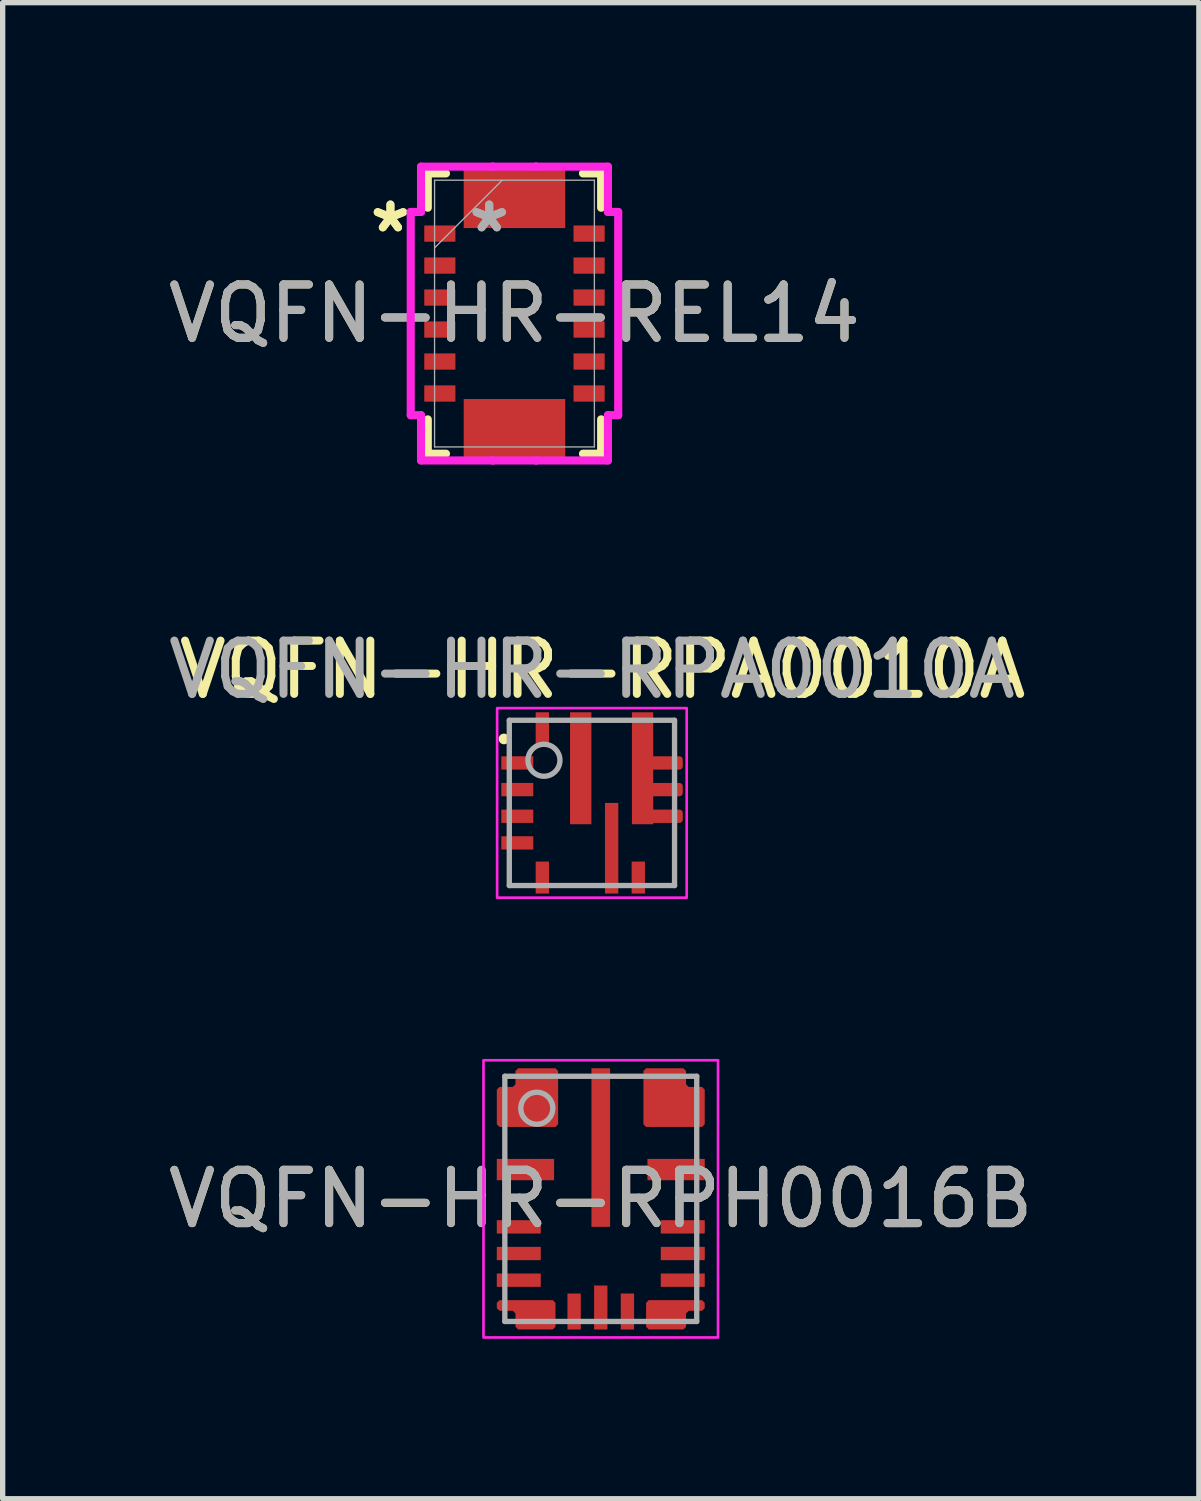
<source format=kicad_pcb>
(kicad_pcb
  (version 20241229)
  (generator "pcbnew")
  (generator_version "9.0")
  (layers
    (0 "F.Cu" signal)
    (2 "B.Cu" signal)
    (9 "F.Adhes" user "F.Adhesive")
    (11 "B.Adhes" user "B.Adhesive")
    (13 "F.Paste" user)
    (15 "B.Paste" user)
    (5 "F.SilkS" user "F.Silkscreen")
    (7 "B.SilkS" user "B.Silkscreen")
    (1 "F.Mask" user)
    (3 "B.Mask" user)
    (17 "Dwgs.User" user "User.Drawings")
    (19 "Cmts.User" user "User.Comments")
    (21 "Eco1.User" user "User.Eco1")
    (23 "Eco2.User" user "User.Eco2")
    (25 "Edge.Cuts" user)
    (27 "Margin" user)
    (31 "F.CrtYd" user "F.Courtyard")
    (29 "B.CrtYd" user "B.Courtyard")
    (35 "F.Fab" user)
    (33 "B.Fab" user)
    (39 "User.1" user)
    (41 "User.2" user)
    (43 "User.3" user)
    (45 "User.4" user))
  (footprint "VQFN-HR-REL14"
    (layer "F.Cu")
    (at 6.601 2.832)
    (property "Reference" "VQFN-HR-REL14" (at 0 0 0) (unlocked yes) (layer "F.SilkS") (effects (font (size 1 1) (thickness 0.15))))
    (attr smd)
    (fp_line (start -1.626 -2.629) (end -1.626 -1.985) (stroke (width 0.152) (type solid)) (layer "F.SilkS"))
    (fp_line (start -1.626 1.985) (end -1.626 2.629) (stroke (width 0.152) (type solid)) (layer "F.SilkS"))
    (fp_line (start -1.626 2.629) (end -1.285 2.629) (stroke (width 0.152) (type solid)) (layer "F.SilkS"))
    (fp_line (start -1.285 -2.629) (end -1.626 -2.629) (stroke (width 0.152) (type solid)) (layer "F.SilkS"))
    (fp_line (start 1.285 2.629) (end 1.626 2.629) (stroke (width 0.152) (type solid)) (layer "F.SilkS"))
    (fp_line (start 1.626 -2.629) (end 1.285 -2.629) (stroke (width 0.152) (type solid)) (layer "F.SilkS"))
    (fp_line (start 1.626 -1.985) (end 1.626 -2.629) (stroke (width 0.152) (type solid)) (layer "F.SilkS"))
    (fp_line (start 1.626 2.629) (end 1.626 1.985) (stroke (width 0.152) (type solid)) (layer "F.SilkS"))
    (fp_line (start -1.946 -1.906) (end -1.753 -1.906) (stroke (width 0.152) (type solid)) (layer "F.CrtYd"))
    (fp_line (start -1.946 1.906) (end -1.946 -1.906) (stroke (width 0.152) (type solid)) (layer "F.CrtYd"))
    (fp_line (start -1.753 -2.756) (end -0.406 -2.756) (stroke (width 0.152) (type solid)) (layer "F.CrtYd"))
    (fp_line (start -1.753 -1.906) (end -1.753 -2.756) (stroke (width 0.152) (type solid)) (layer "F.CrtYd"))
    (fp_line (start -1.753 1.906) (end -1.946 1.906) (stroke (width 0.152) (type solid)) (layer "F.CrtYd"))
    (fp_line (start -1.753 2.756) (end -1.753 1.906) (stroke (width 0.152) (type solid)) (layer "F.CrtYd"))
    (fp_line (start -0.406 -2.756) (end -0.406 -2.756) (stroke (width 0.152) (type solid)) (layer "F.CrtYd"))
    (fp_line (start -0.406 -2.756) (end 0.406 -2.756) (stroke (width 0.152) (type solid)) (layer "F.CrtYd"))
    (fp_line (start -0.406 2.756) (end -1.753 2.756) (stroke (width 0.152) (type solid)) (layer "F.CrtYd"))
    (fp_line (start -0.406 2.756) (end -0.406 2.756) (stroke (width 0.152) (type solid)) (layer "F.CrtYd"))
    (fp_line (start 0.406 -2.756) (end 0.406 -2.756) (stroke (width 0.152) (type solid)) (layer "F.CrtYd"))
    (fp_line (start 0.406 -2.756) (end 1.753 -2.756) (stroke (width 0.152) (type solid)) (layer "F.CrtYd"))
    (fp_line (start 0.406 2.756) (end -0.406 2.756) (stroke (width 0.152) (type solid)) (layer "F.CrtYd"))
    (fp_line (start 0.406 2.756) (end 0.406 2.756) (stroke (width 0.152) (type solid)) (layer "F.CrtYd"))
    (fp_line (start 1.753 -2.756) (end 1.753 -1.906) (stroke (width 0.152) (type solid)) (layer "F.CrtYd"))
    (fp_line (start 1.753 -1.906) (end 1.946 -1.906) (stroke (width 0.152) (type solid)) (layer "F.CrtYd"))
    (fp_line (start 1.753 1.906) (end 1.753 2.756) (stroke (width 0.152) (type solid)) (layer "F.CrtYd"))
    (fp_line (start 1.753 2.756) (end 0.406 2.756) (stroke (width 0.152) (type solid)) (layer "F.CrtYd"))
    (fp_line (start 1.946 -1.906) (end 1.946 1.906) (stroke (width 0.152) (type solid)) (layer "F.CrtYd"))
    (fp_line (start 1.946 1.906) (end 1.753 1.906) (stroke (width 0.152) (type solid)) (layer "F.CrtYd"))
    (fp_line (start -1.499 -2.502) (end -1.499 2.502) (stroke (width 0.025) (type solid)) (layer "F.Fab"))
    (fp_line (start -1.499 -1.232) (end -0.229 -2.502) (stroke (width 0.025) (type solid)) (layer "F.Fab"))
    (fp_line (start -1.499 2.502) (end 1.499 2.502) (stroke (width 0.025) (type solid)) (layer "F.Fab"))
    (fp_line (start 1.499 -2.502) (end -1.499 -2.502) (stroke (width 0.025) (type solid)) (layer "F.Fab"))
    (fp_line (start 1.499 2.502) (end 1.499 -2.502) (stroke (width 0.025) (type solid)) (layer "F.Fab"))
    (fp_text user "*" (at -2.327 -1.5 0) (layer "F.SilkS") (effects (font (size 1 1) (thickness 0.15))))
    (fp_text user "*" (at -2.327 -1.5 0) (unlocked yes) (layer "F.SilkS") (effects (font (size 1 1) (thickness 0.15))))
    (fp_text user "*" (at -0.473 -1.5 0) (layer "F.Fab") (effects (font (size 1 1) (thickness 0.15))))
    (fp_text user "${REFERENCE}" (at 0 0 0) (unlocked yes) (layer "F.Fab") (effects (font (size 1 1) (thickness 0.15))))
    (fp_text user "*" (at -0.473 -1.5 0) (unlocked yes) (layer "F.Fab") (effects (font (size 1 1) (thickness 0.15))))
    (pad "1" smd rect (at -1.4 -1.5) (size 0.584 0.305) (layers "F.Cu" "F.Mask" "F.Paste"))
    (pad "2" smd rect (at -1.4 -0.9) (size 0.584 0.305) (layers "F.Cu" "F.Mask" "F.Paste"))
    (pad "3" smd rect (at -1.4 -0.3) (size 0.584 0.305) (layers "F.Cu" "F.Mask" "F.Paste"))
    (pad "4" smd rect (at -1.4 0.3) (size 0.584 0.305) (layers "F.Cu" "F.Mask" "F.Paste"))
    (pad "5" smd rect (at -1.4 0.9) (size 0.584 0.305) (layers "F.Cu" "F.Mask" "F.Paste"))
    (pad "6" smd rect (at -1.4 1.5) (size 0.584 0.305) (layers "F.Cu" "F.Mask" "F.Paste"))
    (pad "7" smd rect (at 0 2.2 90) (size 1.194 1.905) (layers "F.Cu" "F.Mask" "F.Paste"))
    (pad "8" smd rect (at 1.4 1.5) (size 0.584 0.305) (layers "F.Cu" "F.Mask" "F.Paste"))
    (pad "9" smd rect (at 1.4 0.9) (size 0.584 0.305) (layers "F.Cu" "F.Mask" "F.Paste"))
    (pad "10" smd rect (at 1.4 0.3) (size 0.584 0.305) (layers "F.Cu" "F.Mask" "F.Paste"))
    (pad "11" smd rect (at 1.4 -0.3) (size 0.584 0.305) (layers "F.Cu" "F.Mask" "F.Paste"))
    (pad "12" smd rect (at 1.4 -0.9) (size 0.584 0.305) (layers "F.Cu" "F.Mask" "F.Paste"))
    (pad "13" smd rect (at 1.4 -1.5) (size 0.584 0.305) (layers "F.Cu" "F.Mask" "F.Paste"))
    (pad "14" smd rect (at 0 -2.2 90) (size 1.194 1.905) (layers "F.Cu" "F.Mask" "F.Paste")))
  (footprint "VQFN-HR-RPA0010A"
    (layer "F.Cu")
    (at 8.054 12.012)
    (property "Reference" "VQFN-HR-RPA0010A" (at 0.2 -2.5 0) (unlocked yes) (layer "F.SilkS") (effects (font (size 1 1) (thickness 0.15))))
    (attr smd)
    (fp_circle (center -1.65 -1.2) (end -1.6 -1.2) (stroke (width 0.1) (type solid)) (fill yes) (layer "F.SilkS"))
    (fp_poly (pts (xy -0.41 -0.8) (xy -0.41 -1.65) (xy -0.409 -1.66) (xy -0.406 -1.669) (xy -0.402 -1.678) (xy -0.395 -1.685) (xy -0.388 -1.692) (xy -0.379 -1.696) (xy -0.37 -1.699) (xy -0.36 -1.7) (xy -0.06 -1.7) (xy -0.05 -1.699) (xy -0.041 -1.696) (xy -0.032 -1.692) (xy -0.025 -1.685) (xy -0.018 -1.678) (xy -0.014 -1.669) (xy -0.011 -1.66) (xy -0.01 -1.65) (xy -0.01 -0.8) (xy -0.011 -0.79) (xy -0.014 -0.781) (xy -0.018 -0.772) (xy -0.025 -0.765) (xy -0.032 -0.758) (xy -0.041 -0.754) (xy -0.05 -0.751) (xy -0.06 -0.75) (xy -0.36 -0.75) (xy -0.37 -0.751) (xy -0.379 -0.754) (xy -0.388 -0.758) (xy -0.395 -0.765) (xy -0.402 -0.772) (xy -0.406 -0.781) (xy -0.409 -0.79)) (stroke (width 0) (type solid)) (fill yes) (layer "F.Paste"))
    (fp_poly (pts (xy -0.41 0.35) (xy -0.41 -0.5) (xy -0.409 -0.51) (xy -0.406 -0.519) (xy -0.402 -0.528) (xy -0.395 -0.535) (xy -0.388 -0.542) (xy -0.379 -0.546) (xy -0.37 -0.549) (xy -0.36 -0.55) (xy -0.06 -0.55) (xy -0.05 -0.549) (xy -0.041 -0.546) (xy -0.032 -0.542) (xy -0.025 -0.535) (xy -0.018 -0.528) (xy -0.014 -0.519) (xy -0.011 -0.51) (xy -0.01 -0.5) (xy -0.01 0.35) (xy -0.011 0.36) (xy -0.014 0.369) (xy -0.018 0.378) (xy -0.025 0.385) (xy -0.032 0.392) (xy -0.041 0.396) (xy -0.05 0.399) (xy -0.06 0.4) (xy -0.36 0.4) (xy -0.37 0.399) (xy -0.379 0.396) (xy -0.388 0.392) (xy -0.395 0.385) (xy -0.402 0.378) (xy -0.406 0.369) (xy -0.409 0.36)) (stroke (width 0) (type solid)) (fill yes) (layer "F.Paste"))
    (fp_poly (pts (xy 0.245 0.7) (xy 0.245 0.05) (xy 0.246 0.04) (xy 0.249 0.031) (xy 0.253 0.022) (xy 0.26 0.015) (xy 0.267 0.008) (xy 0.276 0.004) (xy 0.285 0.001) (xy 0.295 0) (xy 0.445 0) (xy 0.455 0.001) (xy 0.464 0.004) (xy 0.473 0.008) (xy 0.48 0.015) (xy 0.487 0.022) (xy 0.491 0.031) (xy 0.494 0.04) (xy 0.495 0.05) (xy 0.495 0.7) (xy 0.494 0.71) (xy 0.491 0.719) (xy 0.487 0.728) (xy 0.48 0.735) (xy 0.473 0.742) (xy 0.464 0.746) (xy 0.455 0.749) (xy 0.445 0.75) (xy 0.295 0.75) (xy 0.285 0.749) (xy 0.276 0.746) (xy 0.267 0.742) (xy 0.26 0.735) (xy 0.253 0.728) (xy 0.249 0.719) (xy 0.246 0.71)) (stroke (width 0) (type solid)) (fill yes) (layer "F.Paste"))
    (fp_poly (pts (xy 0.245 1.65) (xy 0.245 1) (xy 0.246 0.99) (xy 0.249 0.981) (xy 0.253 0.972) (xy 0.26 0.965) (xy 0.267 0.958) (xy 0.276 0.954) (xy 0.285 0.951) (xy 0.295 0.95) (xy 0.445 0.95) (xy 0.455 0.951) (xy 0.464 0.954) (xy 0.473 0.958) (xy 0.48 0.965) (xy 0.487 0.972) (xy 0.491 0.981) (xy 0.494 0.99) (xy 0.495 1) (xy 0.495 1.65) (xy 0.494 1.66) (xy 0.491 1.669) (xy 0.487 1.678) (xy 0.48 1.685) (xy 0.473 1.692) (xy 0.464 1.696) (xy 0.455 1.699) (xy 0.445 1.7) (xy 0.295 1.7) (xy 0.285 1.699) (xy 0.276 1.696) (xy 0.267 1.692) (xy 0.26 1.685) (xy 0.253 1.678) (xy 0.249 1.669) (xy 0.246 1.66)) (stroke (width 0) (type solid)) (fill yes) (layer "F.Paste"))
    (fp_rect (start -1.778 -1.778) (end 1.778 1.778) (stroke (width 0.05) (type default)) (fill no) (layer "F.CrtYd"))
    (fp_line (start -1.55 -1.55) (end 1.55 -1.55) (stroke (width 0.1) (type solid)) (layer "F.Fab"))
    (fp_line (start -1.55 1.55) (end -1.55 -1.55) (stroke (width 0.1) (type solid)) (layer "F.Fab"))
    (fp_line (start -1.55 1.55) (end 1.55 1.55) (stroke (width 0.1) (type solid)) (layer "F.Fab"))
    (fp_line (start 1.55 1.55) (end 1.55 -1.55) (stroke (width 0.1) (type solid)) (layer "F.Fab"))
    (fp_circle (center -0.9 -0.8) (end -0.6 -0.8) (stroke (width 0.1) (type solid)) (fill no) (layer "F.Fab"))
    (fp_text user "${REFERENCE}" (at 0 -2.5 0) (unlocked yes) (layer "F.Fab") (effects (font (size 1 1) (thickness 0.15))))
    (pad "1" smd rect (at -1.4 -0.75) (size 0.6 0.25) (layers "F.Cu" "F.Mask" "F.Paste"))
    (pad "2" smd rect (at -1.4 -0.25) (size 0.6 0.25) (layers "F.Cu" "F.Mask" "F.Paste"))
    (pad "3" smd rect (at -1.4 0.25) (size 0.6 0.25) (layers "F.Cu" "F.Mask" "F.Paste"))
    (pad "4" smd rect (at -1.4 0.75) (size 0.6 0.25) (layers "F.Cu" "F.Mask" "F.Paste"))
    (pad "5" smd rect (at -0.93 1.4 90) (size 0.6 0.25) (layers "F.Cu" "F.Mask" "F.Paste"))
    (pad "6" smd rect (at 0.37 0.85 90) (size 1.7 0.25) (layers "F.Cu" "F.Mask"))
    (pad "7" smd rect (at 0.87 1.4 90) (size 0.6 0.25) (layers "F.Cu" "F.Mask" "F.Paste"))
    (pad "8" smd rect (at 0.95 -0.65 90) (size 2.1 0.4) (layers "F.Cu" "F.Mask" "F.Paste"))
    (pad "8" smd roundrect (at 1.26 -0.75) (size 0.888 0.25) (layers "F.Cu" "F.Mask" "F.Paste") (roundrect_rratio 0.25))
    (pad "8" smd roundrect (at 1.26 -0.25) (size 0.888 0.25) (layers "F.Cu" "F.Mask" "F.Paste") (roundrect_rratio 0.25))
    (pad "8" smd roundrect (at 1.26 0.25) (size 0.888 0.25) (layers "F.Cu" "F.Mask" "F.Paste") (roundrect_rratio 0.25))
    (pad "9" smd rect (at -0.21 -0.65 90) (size 2.1 0.4) (layers "F.Cu" "F.Mask"))
    (pad "10" smd rect (at -0.93 -1.4 90) (size 0.6 0.25) (layers "F.Cu" "F.Mask" "F.Paste")))
  (footprint "VQFN-HR-RPH0016B"
    (layer "F.Cu")
    (at 8.22 19.44)
    (property "Reference" "VQFN-HR-RPH0016B" (at 0 0 0) (unlocked yes) (layer "F.SilkS") (effects (font (size 1 1) (thickness 0.15))))
    (attr smd)
    (fp_poly (pts (xy -2.001 2.05) (xy -2.001 1.95) (xy -2 1.94) (xy -1.997 1.931) (xy -1.992 1.922) (xy -1.986 1.914) (xy -1.936 1.864) (xy -1.928 1.858) (xy -1.919 1.853) (xy -1.91 1.85) (xy -1.9 1.849) (xy -0.9 1.849) (xy -0.89 1.85) (xy -0.881 1.853) (xy -0.872 1.858) (xy -0.864 1.864) (xy -0.814 1.914) (xy -0.808 1.922) (xy -0.803 1.931) (xy -0.8 1.94) (xy -0.799 1.95) (xy -0.799 2.4) (xy -0.8 2.41) (xy -0.803 2.419) (xy -0.808 2.428) (xy -0.814 2.436) (xy -0.864 2.486) (xy -0.872 2.492) (xy -0.881 2.497) (xy -0.89 2.5) (xy -0.9 2.501) (xy -1.55 2.501) (xy -1.56 2.5) (xy -1.569 2.497) (xy -1.578 2.492) (xy -1.586 2.486) (xy -1.636 2.436) (xy -1.642 2.428) (xy -1.647 2.419) (xy -1.65 2.41) (xy -1.651 2.4) (xy -1.651 2.171) (xy -1.671 2.151) (xy -1.9 2.151) (xy -1.91 2.15) (xy -1.919 2.147) (xy -1.928 2.142) (xy -1.936 2.136) (xy -1.986 2.086) (xy -1.992 2.078) (xy -1.997 2.069) (xy -2 2.06)) (stroke (width 0) (type solid)) (fill yes) (layer "F.Mask"))
    (fp_poly (pts (xy -1.986 -1.364) (xy -1.992 -1.372) (xy -1.997 -1.381) (xy -2 -1.39) (xy -2.001 -1.4) (xy -2.001 -2.05) (xy -2 -2.06) (xy -1.997 -2.069) (xy -1.992 -2.078) (xy -1.986 -2.086) (xy -1.936 -2.136) (xy -1.928 -2.142) (xy -1.919 -2.147) (xy -1.91 -2.15) (xy -1.9 -2.151) (xy -1.671 -2.151) (xy -1.651 -2.171) (xy -1.651 -2.4) (xy -1.65 -2.41) (xy -1.647 -2.419) (xy -1.642 -2.428) (xy -1.636 -2.436) (xy -1.586 -2.486) (xy -1.578 -2.492) (xy -1.569 -2.497) (xy -1.56 -2.5) (xy -1.55 -2.501) (xy -0.85 -2.501) (xy -0.84 -2.5) (xy -0.831 -2.497) (xy -0.822 -2.492) (xy -0.814 -2.486) (xy -0.764 -2.436) (xy -0.758 -2.428) (xy -0.753 -2.419) (xy -0.75 -2.41) (xy -0.749 -2.4) (xy -0.749 -1.4) (xy -0.75 -1.39) (xy -0.753 -1.381) (xy -0.758 -1.372) (xy -0.764 -1.364) (xy -0.814 -1.314) (xy -0.822 -1.308) (xy -0.831 -1.303) (xy -0.84 -1.3) (xy -0.85 -1.299) (xy -1.9 -1.299) (xy -1.91 -1.3) (xy -1.919 -1.303) (xy -1.928 -1.308) (xy -1.936 -1.314)) (stroke (width 0) (type solid)) (fill yes) (layer "F.Mask"))
    (fp_poly (pts (xy 1.986 -1.364) (xy 1.936 -1.314) (xy 1.928 -1.308) (xy 1.919 -1.303) (xy 1.91 -1.3) (xy 1.9 -1.299) (xy 0.85 -1.299) (xy 0.84 -1.3) (xy 0.831 -1.303) (xy 0.822 -1.308) (xy 0.814 -1.314) (xy 0.764 -1.364) (xy 0.758 -1.372) (xy 0.753 -1.381) (xy 0.75 -1.39) (xy 0.749 -1.4) (xy 0.749 -2.4) (xy 0.75 -2.41) (xy 0.753 -2.419) (xy 0.758 -2.428) (xy 0.764 -2.436) (xy 0.814 -2.486) (xy 0.822 -2.492) (xy 0.831 -2.497) (xy 0.84 -2.5) (xy 0.85 -2.501) (xy 1.55 -2.501) (xy 1.56 -2.5) (xy 1.569 -2.497) (xy 1.578 -2.492) (xy 1.586 -2.486) (xy 1.636 -2.436) (xy 1.642 -2.428) (xy 1.647 -2.419) (xy 1.65 -2.41) (xy 1.651 -2.4) (xy 1.651 -2.171) (xy 1.671 -2.151) (xy 1.9 -2.151) (xy 1.91 -2.15) (xy 1.919 -2.147) (xy 1.928 -2.142) (xy 1.936 -2.136) (xy 1.986 -2.086) (xy 1.992 -2.078) (xy 1.997 -2.069) (xy 2 -2.06) (xy 2.001 -2.05) (xy 2.001 -1.4) (xy 2 -1.39) (xy 1.997 -1.381) (xy 1.992 -1.372)) (stroke (width 0) (type solid)) (fill yes) (layer "F.Mask"))
    (fp_poly (pts (xy 2.001 2.05) (xy 2 2.06) (xy 1.997 2.069) (xy 1.992 2.078) (xy 1.986 2.086) (xy 1.936 2.136) (xy 1.928 2.142) (xy 1.919 2.147) (xy 1.91 2.15) (xy 1.9 2.151) (xy 1.671 2.151) (xy 1.651 2.171) (xy 1.651 2.4) (xy 1.65 2.41) (xy 1.647 2.419) (xy 1.642 2.428) (xy 1.636 2.436) (xy 1.586 2.486) (xy 1.578 2.492) (xy 1.569 2.497) (xy 1.56 2.5) (xy 1.55 2.501) (xy 0.9 2.501) (xy 0.89 2.5) (xy 0.881 2.497) (xy 0.872 2.492) (xy 0.864 2.486) (xy 0.814 2.436) (xy 0.808 2.428) (xy 0.803 2.419) (xy 0.8 2.41) (xy 0.799 2.4) (xy 0.799 1.95) (xy 0.8 1.94) (xy 0.803 1.931) (xy 0.808 1.922) (xy 0.814 1.914) (xy 0.864 1.864) (xy 0.872 1.858) (xy 0.881 1.853) (xy 0.89 1.85) (xy 0.9 1.849) (xy 1.9 1.849) (xy 1.91 1.85) (xy 1.919 1.853) (xy 1.928 1.858) (xy 1.936 1.864) (xy 1.986 1.914) (xy 1.992 1.922) (xy 1.997 1.931) (xy 2 1.94) (xy 2.001 1.95)) (stroke (width 0) (type solid)) (fill yes) (layer "F.Mask"))
    (fp_poly (pts (xy -0.85 2.35) (xy -0.9 2.4) (xy -1.52 2.4) (xy -1.57 2.35) (xy -1.57 2.15) (xy -1.62 2.1) (xy -1.9 2.1) (xy -1.95 2.05) (xy -1.95 1.95) (xy -1.9 1.9) (xy -0.9 1.9) (xy -0.85 1.95)) (stroke (width 0) (type solid)) (fill yes) (layer "F.Paste"))
    (fp_poly (pts (xy -0.8 -1.4) (xy -0.8 -2.34) (xy -0.85 -2.39) (xy -1.49 -2.39) (xy -1.54 -2.34) (xy -1.54 -2.09) (xy -1.59 -2.04) (xy -1.79 -2.04) (xy -1.84 -1.99) (xy -1.84 -1.4) (xy -1.79 -1.35) (xy -0.85 -1.35)) (stroke (width 0) (type solid)) (fill yes) (layer "F.Paste"))
    (fp_poly (pts (xy 0.8 -1.4) (xy 0.8 -2.34) (xy 0.85 -2.39) (xy 1.49 -2.39) (xy 1.54 -2.34) (xy 1.54 -2.09) (xy 1.59 -2.04) (xy 1.79 -2.04) (xy 1.84 -1.99) (xy 1.84 -1.4) (xy 1.79 -1.35) (xy 0.85 -1.35)) (stroke (width 0) (type solid)) (fill yes) (layer "F.Paste"))
    (fp_poly (pts (xy 0.85 2.35) (xy 0.9 2.4) (xy 1.52 2.4) (xy 1.57 2.35) (xy 1.57 2.15) (xy 1.62 2.1) (xy 1.9 2.1) (xy 1.95 2.05) (xy 1.95 1.95) (xy 1.9 1.9) (xy 0.9 1.9) (xy 0.85 1.95)) (stroke (width 0) (type solid)) (fill yes) (layer "F.Paste"))
    (fp_rect (start -2.2 -2.6) (end 2.2 2.6) (stroke (width 0.05) (type default)) (fill no) (layer "F.CrtYd"))
    (fp_line (start -1.8 -2.3) (end 1.8 -2.3) (stroke (width 0.1) (type solid)) (layer "F.Fab"))
    (fp_line (start -1.8 2.3) (end -1.8 -2.3) (stroke (width 0.1) (type solid)) (layer "F.Fab"))
    (fp_line (start -1.8 2.3) (end 1.8 2.3) (stroke (width 0.1) (type solid)) (layer "F.Fab"))
    (fp_line (start 1.8 2.3) (end 1.8 -2.3) (stroke (width 0.1) (type solid)) (layer "F.Fab"))
    (fp_circle (center -1.2 -1.7) (end -0.9 -1.7) (stroke (width 0.1) (type solid)) (fill no) (layer "F.Fab"))
    (fp_text user "${REFERENCE}" (at 0 0 0) (unlocked yes) (layer "F.Fab") (effects (font (size 1 1) (thickness 0.15))))
    (pad "1" smd custom (at -1.375 -1.9) (size 0.25 0.25) (layers "F.Cu" "F.Mask") (options (anchor rect)) (primitives (gr_poly (pts (xy -0.575 0.5) (xy -0.575 -0.15) (xy -0.525 -0.2) (xy -0.275 -0.2) (xy -0.225 -0.25) (xy -0.225 -0.5) (xy -0.175 -0.55) (xy 0.525 -0.55) (xy 0.575 -0.5) (xy 0.575 0.5) (xy 0.525 0.55) (xy -0.525 0.55)) (width 0) (fill yes))))
    (pad "2" smd rect (at -1.413 -0.55) (size 1.075 0.4) (layers "F.Cu" "F.Mask" "F.Paste"))
    (pad "3" smd rect (at -1.538 0.525) (size 0.825 0.25) (layers "F.Cu" "F.Mask" "F.Paste"))
    (pad "4" smd rect (at -1.538 1.025) (size 0.825 0.25) (layers "F.Cu" "F.Mask" "F.Paste"))
    (pad "5" smd rect (at -1.538 1.525) (size 0.825 0.25) (layers "F.Cu" "F.Mask" "F.Paste"))
    (pad "6" smd custom (at -1.4 2.175) (size 0.25 0.25) (layers "F.Cu" "F.Mask") (options (anchor rect)) (primitives (gr_poly (pts (xy -0.55 -0.125) (xy -0.5 -0.075) (xy -0.25 -0.075) (xy -0.2 -0.025) (xy -0.2 0.225) (xy -0.15 0.275) (xy 0.5 0.275) (xy 0.55 0.225) (xy 0.55 -0.225) (xy 0.5 -0.275) (xy -0.5 -0.275) (xy -0.55 -0.225)) (width 0) (fill yes))))
    (pad "7" smd rect (at -0.5 2.113 90) (size 0.675 0.25) (layers "F.Cu" "F.Mask" "F.Paste"))
    (pad "8" smd rect (at 0 2.038 90) (size 0.825 0.25) (layers "F.Cu" "F.Mask" "F.Paste"))
    (pad "9" smd rect (at 0.5 2.113 90) (size 0.675 0.25) (layers "F.Cu" "F.Mask" "F.Paste"))
    (pad "10" smd custom (at 1.4 2.175) (size 0.25 0.25) (layers "F.Cu" "F.Mask") (options (anchor rect)) (primitives (gr_poly (pts (xy 0.55 -0.125) (xy 0.5 -0.075) (xy 0.25 -0.075) (xy 0.2 -0.025) (xy 0.2 0.225) (xy 0.15 0.275) (xy -0.5 0.275) (xy -0.55 0.225) (xy -0.55 -0.225) (xy -0.5 -0.275) (xy 0.5 -0.275) (xy 0.55 -0.225)) (width 0) (fill yes))))
    (pad "11" smd rect (at 1.538 1.525) (size 0.825 0.25) (layers "F.Cu" "F.Mask" "F.Paste"))
    (pad "12" smd rect (at 1.538 1.025) (size 0.825 0.25) (layers "F.Cu" "F.Mask" "F.Paste"))
    (pad "13" smd rect (at 1.538 0.525) (size 0.825 0.25) (layers "F.Cu" "F.Mask" "F.Paste"))
    (pad "14" smd rect (at 1.413 -0.55) (size 1.075 0.4) (layers "F.Cu" "F.Mask" "F.Paste"))
    (pad "15" smd custom (at 1.375 -1.9) (size 0.25 0.25) (layers "F.Cu" "F.Mask") (options (anchor rect)) (primitives (gr_poly (pts (xy 0.575 0.5) (xy 0.575 -0.15) (xy 0.525 -0.2) (xy 0.275 -0.2) (xy 0.225 -0.25) (xy 0.225 -0.5) (xy 0.175 -0.55) (xy -0.525 -0.55) (xy -0.575 -0.5) (xy -0.575 0.5) (xy -0.525 0.55) (xy 0.525 0.55)) (width 0) (fill yes))))
    (pad "16" smd rect (at 0 -0.963 90) (size 2.975 0.35) (layers "F.Cu" "F.Mask" "F.Paste")))
  (gr_rect
    (start -3 -3)
    (end 19.44 25.065)
    (stroke (width 0.1) (type default))
    (fill no)
    (layer "Edge.Cuts")))
</source>
